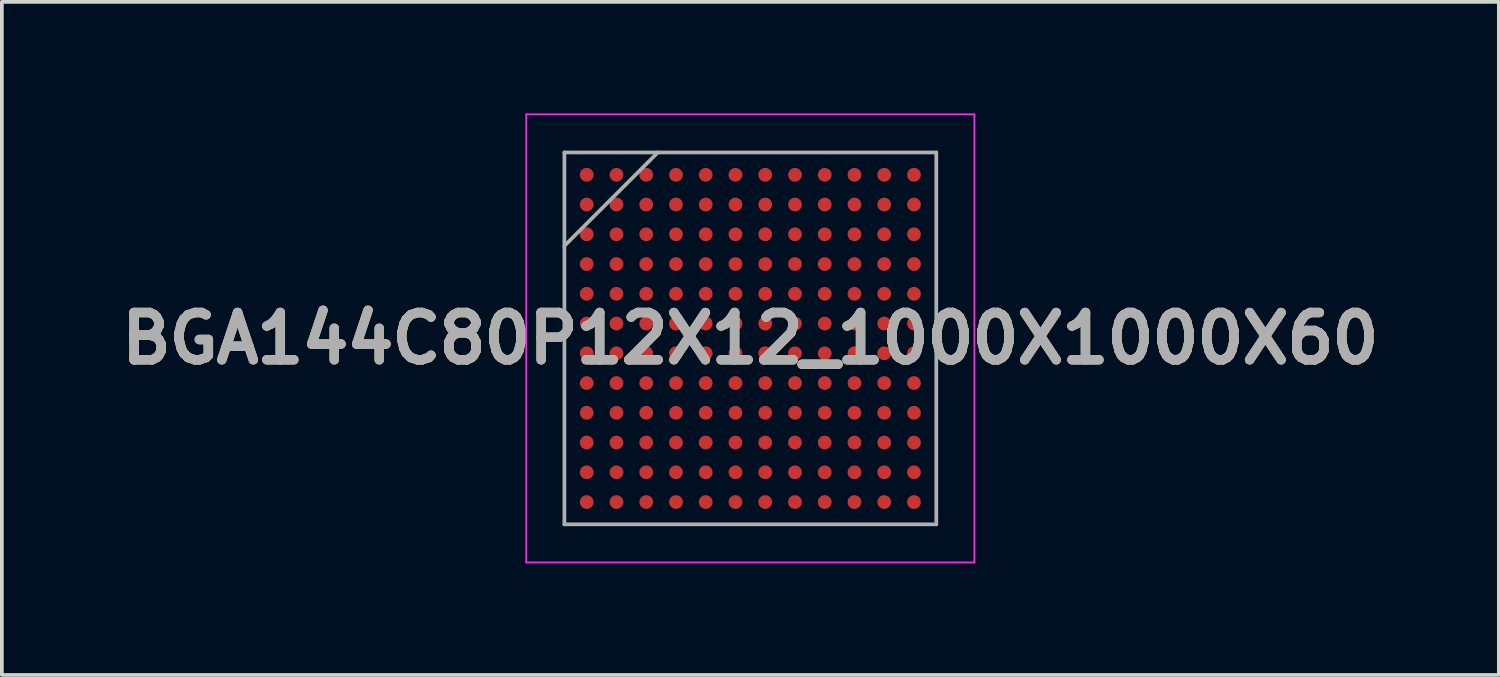
<source format=kicad_pcb>
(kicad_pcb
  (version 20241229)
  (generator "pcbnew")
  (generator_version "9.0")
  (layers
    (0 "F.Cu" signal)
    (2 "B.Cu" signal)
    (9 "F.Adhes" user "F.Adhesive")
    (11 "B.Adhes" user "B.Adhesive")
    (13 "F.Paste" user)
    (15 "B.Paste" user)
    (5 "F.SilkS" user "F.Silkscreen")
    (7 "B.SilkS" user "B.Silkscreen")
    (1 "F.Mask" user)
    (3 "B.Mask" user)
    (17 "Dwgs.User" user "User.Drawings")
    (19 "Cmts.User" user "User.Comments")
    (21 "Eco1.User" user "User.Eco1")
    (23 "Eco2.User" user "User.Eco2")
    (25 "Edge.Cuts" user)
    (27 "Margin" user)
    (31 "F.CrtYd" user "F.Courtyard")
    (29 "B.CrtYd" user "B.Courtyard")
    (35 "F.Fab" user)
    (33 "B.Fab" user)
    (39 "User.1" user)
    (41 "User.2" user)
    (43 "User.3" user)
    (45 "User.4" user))
  (footprint "BGA144C80P12X12_1000X1000X60"
    (layer "F.Cu")
    (at 17.127 6.05)
    (property "Reference" "BGA144C80P12X12_1000X1000X60" (at 0 0 0) (layer "F.SilkS") (effects (font (size 1.27 1.27) (thickness 0.254))))
    (attr smd)
    (fp_line (start -6.025 -6.025) (end 6.025 -6.025) (stroke (width 0.05) (type solid)) (layer "F.CrtYd"))
    (fp_line (start -6.025 6.025) (end -6.025 -6.025) (stroke (width 0.05) (type solid)) (layer "F.CrtYd"))
    (fp_line (start 6.025 -6.025) (end 6.025 6.025) (stroke (width 0.05) (type solid)) (layer "F.CrtYd"))
    (fp_line (start 6.025 6.025) (end -6.025 6.025) (stroke (width 0.05) (type solid)) (layer "F.CrtYd"))
    (fp_line (start -5 -5) (end 5 -5) (stroke (width 0.1) (type solid)) (layer "F.Fab"))
    (fp_line (start -5 -2.488) (end -2.488 -5) (stroke (width 0.1) (type solid)) (layer "F.Fab"))
    (fp_line (start -5 5) (end -5 -5) (stroke (width 0.1) (type solid)) (layer "F.Fab"))
    (fp_line (start 5 -5) (end 5 5) (stroke (width 0.1) (type solid)) (layer "F.Fab"))
    (fp_line (start 5 5) (end -5 5) (stroke (width 0.1) (type solid)) (layer "F.Fab"))
    (fp_text user "${REFERENCE}" (at 0 0 0) (layer "F.Fab") (effects (font (size 1.27 1.27) (thickness 0.254))))
    (pad "A1" smd circle (at -4.4 -4.4 90) (size 0.37 0.37) (layers "F.Cu" "F.Mask" "F.Paste"))
    (pad "A2" smd circle (at -3.6 -4.4 90) (size 0.37 0.37) (layers "F.Cu" "F.Mask" "F.Paste"))
    (pad "A3" smd circle (at -2.8 -4.4 90) (size 0.37 0.37) (layers "F.Cu" "F.Mask" "F.Paste"))
    (pad "A4" smd circle (at -2 -4.4 90) (size 0.37 0.37) (layers "F.Cu" "F.Mask" "F.Paste"))
    (pad "A5" smd circle (at -1.2 -4.4 90) (size 0.37 0.37) (layers "F.Cu" "F.Mask" "F.Paste"))
    (pad "A6" smd circle (at -0.4 -4.4 90) (size 0.37 0.37) (layers "F.Cu" "F.Mask" "F.Paste"))
    (pad "A7" smd circle (at 0.4 -4.4 90) (size 0.37 0.37) (layers "F.Cu" "F.Mask" "F.Paste"))
    (pad "A8" smd circle (at 1.2 -4.4 90) (size 0.37 0.37) (layers "F.Cu" "F.Mask" "F.Paste"))
    (pad "A9" smd circle (at 2 -4.4 90) (size 0.37 0.37) (layers "F.Cu" "F.Mask" "F.Paste"))
    (pad "A10" smd circle (at 2.8 -4.4 90) (size 0.37 0.37) (layers "F.Cu" "F.Mask" "F.Paste"))
    (pad "A11" smd circle (at 3.6 -4.4 90) (size 0.37 0.37) (layers "F.Cu" "F.Mask" "F.Paste"))
    (pad "A12" smd circle (at 4.4 -4.4 90) (size 0.37 0.37) (layers "F.Cu" "F.Mask" "F.Paste"))
    (pad "B1" smd circle (at -4.4 -3.6 90) (size 0.37 0.37) (layers "F.Cu" "F.Mask" "F.Paste"))
    (pad "B2" smd circle (at -3.6 -3.6 90) (size 0.37 0.37) (layers "F.Cu" "F.Mask" "F.Paste"))
    (pad "B3" smd circle (at -2.8 -3.6 90) (size 0.37 0.37) (layers "F.Cu" "F.Mask" "F.Paste"))
    (pad "B4" smd circle (at -2 -3.6 90) (size 0.37 0.37) (layers "F.Cu" "F.Mask" "F.Paste"))
    (pad "B5" smd circle (at -1.2 -3.6 90) (size 0.37 0.37) (layers "F.Cu" "F.Mask" "F.Paste"))
    (pad "B6" smd circle (at -0.4 -3.6 90) (size 0.37 0.37) (layers "F.Cu" "F.Mask" "F.Paste"))
    (pad "B7" smd circle (at 0.4 -3.6 90) (size 0.37 0.37) (layers "F.Cu" "F.Mask" "F.Paste"))
    (pad "B8" smd circle (at 1.2 -3.6 90) (size 0.37 0.37) (layers "F.Cu" "F.Mask" "F.Paste"))
    (pad "B9" smd circle (at 2 -3.6 90) (size 0.37 0.37) (layers "F.Cu" "F.Mask" "F.Paste"))
    (pad "B10" smd circle (at 2.8 -3.6 90) (size 0.37 0.37) (layers "F.Cu" "F.Mask" "F.Paste"))
    (pad "B11" smd circle (at 3.6 -3.6 90) (size 0.37 0.37) (layers "F.Cu" "F.Mask" "F.Paste"))
    (pad "B12" smd circle (at 4.4 -3.6 90) (size 0.37 0.37) (layers "F.Cu" "F.Mask" "F.Paste"))
    (pad "C1" smd circle (at -4.4 -2.8 90) (size 0.37 0.37) (layers "F.Cu" "F.Mask" "F.Paste"))
    (pad "C2" smd circle (at -3.6 -2.8 90) (size 0.37 0.37) (layers "F.Cu" "F.Mask" "F.Paste"))
    (pad "C3" smd circle (at -2.8 -2.8 90) (size 0.37 0.37) (layers "F.Cu" "F.Mask" "F.Paste"))
    (pad "C4" smd circle (at -2 -2.8 90) (size 0.37 0.37) (layers "F.Cu" "F.Mask" "F.Paste"))
    (pad "C5" smd circle (at -1.2 -2.8 90) (size 0.37 0.37) (layers "F.Cu" "F.Mask" "F.Paste"))
    (pad "C6" smd circle (at -0.4 -2.8 90) (size 0.37 0.37) (layers "F.Cu" "F.Mask" "F.Paste"))
    (pad "C7" smd circle (at 0.4 -2.8 90) (size 0.37 0.37) (layers "F.Cu" "F.Mask" "F.Paste"))
    (pad "C8" smd circle (at 1.2 -2.8 90) (size 0.37 0.37) (layers "F.Cu" "F.Mask" "F.Paste"))
    (pad "C9" smd circle (at 2 -2.8 90) (size 0.37 0.37) (layers "F.Cu" "F.Mask" "F.Paste"))
    (pad "C10" smd circle (at 2.8 -2.8 90) (size 0.37 0.37) (layers "F.Cu" "F.Mask" "F.Paste"))
    (pad "C11" smd circle (at 3.6 -2.8 90) (size 0.37 0.37) (layers "F.Cu" "F.Mask" "F.Paste"))
    (pad "C12" smd circle (at 4.4 -2.8 90) (size 0.37 0.37) (layers "F.Cu" "F.Mask" "F.Paste"))
    (pad "D1" smd circle (at -4.4 -2 90) (size 0.37 0.37) (layers "F.Cu" "F.Mask" "F.Paste"))
    (pad "D2" smd circle (at -3.6 -2 90) (size 0.37 0.37) (layers "F.Cu" "F.Mask" "F.Paste"))
    (pad "D3" smd circle (at -2.8 -2 90) (size 0.37 0.37) (layers "F.Cu" "F.Mask" "F.Paste"))
    (pad "D4" smd circle (at -2 -2 90) (size 0.37 0.37) (layers "F.Cu" "F.Mask" "F.Paste"))
    (pad "D5" smd circle (at -1.2 -2 90) (size 0.37 0.37) (layers "F.Cu" "F.Mask" "F.Paste"))
    (pad "D6" smd circle (at -0.4 -2 90) (size 0.37 0.37) (layers "F.Cu" "F.Mask" "F.Paste"))
    (pad "D7" smd circle (at 0.4 -2 90) (size 0.37 0.37) (layers "F.Cu" "F.Mask" "F.Paste"))
    (pad "D8" smd circle (at 1.2 -2 90) (size 0.37 0.37) (layers "F.Cu" "F.Mask" "F.Paste"))
    (pad "D9" smd circle (at 2 -2 90) (size 0.37 0.37) (layers "F.Cu" "F.Mask" "F.Paste"))
    (pad "D10" smd circle (at 2.8 -2 90) (size 0.37 0.37) (layers "F.Cu" "F.Mask" "F.Paste"))
    (pad "D11" smd circle (at 3.6 -2 90) (size 0.37 0.37) (layers "F.Cu" "F.Mask" "F.Paste"))
    (pad "D12" smd circle (at 4.4 -2 90) (size 0.37 0.37) (layers "F.Cu" "F.Mask" "F.Paste"))
    (pad "E1" smd circle (at -4.4 -1.2 90) (size 0.37 0.37) (layers "F.Cu" "F.Mask" "F.Paste"))
    (pad "E2" smd circle (at -3.6 -1.2 90) (size 0.37 0.37) (layers "F.Cu" "F.Mask" "F.Paste"))
    (pad "E3" smd circle (at -2.8 -1.2 90) (size 0.37 0.37) (layers "F.Cu" "F.Mask" "F.Paste"))
    (pad "E4" smd circle (at -2 -1.2 90) (size 0.37 0.37) (layers "F.Cu" "F.Mask" "F.Paste"))
    (pad "E5" smd circle (at -1.2 -1.2 90) (size 0.37 0.37) (layers "F.Cu" "F.Mask" "F.Paste"))
    (pad "E6" smd circle (at -0.4 -1.2 90) (size 0.37 0.37) (layers "F.Cu" "F.Mask" "F.Paste"))
    (pad "E7" smd circle (at 0.4 -1.2 90) (size 0.37 0.37) (layers "F.Cu" "F.Mask" "F.Paste"))
    (pad "E8" smd circle (at 1.2 -1.2 90) (size 0.37 0.37) (layers "F.Cu" "F.Mask" "F.Paste"))
    (pad "E9" smd circle (at 2 -1.2 90) (size 0.37 0.37) (layers "F.Cu" "F.Mask" "F.Paste"))
    (pad "E10" smd circle (at 2.8 -1.2 90) (size 0.37 0.37) (layers "F.Cu" "F.Mask" "F.Paste"))
    (pad "E11" smd circle (at 3.6 -1.2 90) (size 0.37 0.37) (layers "F.Cu" "F.Mask" "F.Paste"))
    (pad "E12" smd circle (at 4.4 -1.2 90) (size 0.37 0.37) (layers "F.Cu" "F.Mask" "F.Paste"))
    (pad "F1" smd circle (at -4.4 -0.4 90) (size 0.37 0.37) (layers "F.Cu" "F.Mask" "F.Paste"))
    (pad "F2" smd circle (at -3.6 -0.4 90) (size 0.37 0.37) (layers "F.Cu" "F.Mask" "F.Paste"))
    (pad "F3" smd circle (at -2.8 -0.4 90) (size 0.37 0.37) (layers "F.Cu" "F.Mask" "F.Paste"))
    (pad "F4" smd circle (at -2 -0.4 90) (size 0.37 0.37) (layers "F.Cu" "F.Mask" "F.Paste"))
    (pad "F5" smd circle (at -1.2 -0.4 90) (size 0.37 0.37) (layers "F.Cu" "F.Mask" "F.Paste"))
    (pad "F6" smd circle (at -0.4 -0.4 90) (size 0.37 0.37) (layers "F.Cu" "F.Mask" "F.Paste"))
    (pad "F7" smd circle (at 0.4 -0.4 90) (size 0.37 0.37) (layers "F.Cu" "F.Mask" "F.Paste"))
    (pad "F8" smd circle (at 1.2 -0.4 90) (size 0.37 0.37) (layers "F.Cu" "F.Mask" "F.Paste"))
    (pad "F9" smd circle (at 2 -0.4 90) (size 0.37 0.37) (layers "F.Cu" "F.Mask" "F.Paste"))
    (pad "F10" smd circle (at 2.8 -0.4 90) (size 0.37 0.37) (layers "F.Cu" "F.Mask" "F.Paste"))
    (pad "F11" smd circle (at 3.6 -0.4 90) (size 0.37 0.37) (layers "F.Cu" "F.Mask" "F.Paste"))
    (pad "F12" smd circle (at 4.4 -0.4 90) (size 0.37 0.37) (layers "F.Cu" "F.Mask" "F.Paste"))
    (pad "G1" smd circle (at -4.4 0.4 90) (size 0.37 0.37) (layers "F.Cu" "F.Mask" "F.Paste"))
    (pad "G2" smd circle (at -3.6 0.4 90) (size 0.37 0.37) (layers "F.Cu" "F.Mask" "F.Paste"))
    (pad "G3" smd circle (at -2.8 0.4 90) (size 0.37 0.37) (layers "F.Cu" "F.Mask" "F.Paste"))
    (pad "G4" smd circle (at -2 0.4 90) (size 0.37 0.37) (layers "F.Cu" "F.Mask" "F.Paste"))
    (pad "G5" smd circle (at -1.2 0.4 90) (size 0.37 0.37) (layers "F.Cu" "F.Mask" "F.Paste"))
    (pad "G6" smd circle (at -0.4 0.4 90) (size 0.37 0.37) (layers "F.Cu" "F.Mask" "F.Paste"))
    (pad "G7" smd circle (at 0.4 0.4 90) (size 0.37 0.37) (layers "F.Cu" "F.Mask" "F.Paste"))
    (pad "G8" smd circle (at 1.2 0.4 90) (size 0.37 0.37) (layers "F.Cu" "F.Mask" "F.Paste"))
    (pad "G9" smd circle (at 2 0.4 90) (size 0.37 0.37) (layers "F.Cu" "F.Mask" "F.Paste"))
    (pad "G10" smd circle (at 2.8 0.4 90) (size 0.37 0.37) (layers "F.Cu" "F.Mask" "F.Paste"))
    (pad "G11" smd circle (at 3.6 0.4 90) (size 0.37 0.37) (layers "F.Cu" "F.Mask" "F.Paste"))
    (pad "G12" smd circle (at 4.4 0.4 90) (size 0.37 0.37) (layers "F.Cu" "F.Mask" "F.Paste"))
    (pad "H1" smd circle (at -4.4 1.2 90) (size 0.37 0.37) (layers "F.Cu" "F.Mask" "F.Paste"))
    (pad "H2" smd circle (at -3.6 1.2 90) (size 0.37 0.37) (layers "F.Cu" "F.Mask" "F.Paste"))
    (pad "H3" smd circle (at -2.8 1.2 90) (size 0.37 0.37) (layers "F.Cu" "F.Mask" "F.Paste"))
    (pad "H4" smd circle (at -2 1.2 90) (size 0.37 0.37) (layers "F.Cu" "F.Mask" "F.Paste"))
    (pad "H5" smd circle (at -1.2 1.2 90) (size 0.37 0.37) (layers "F.Cu" "F.Mask" "F.Paste"))
    (pad "H6" smd circle (at -0.4 1.2 90) (size 0.37 0.37) (layers "F.Cu" "F.Mask" "F.Paste"))
    (pad "H7" smd circle (at 0.4 1.2 90) (size 0.37 0.37) (layers "F.Cu" "F.Mask" "F.Paste"))
    (pad "H8" smd circle (at 1.2 1.2 90) (size 0.37 0.37) (layers "F.Cu" "F.Mask" "F.Paste"))
    (pad "H9" smd circle (at 2 1.2 90) (size 0.37 0.37) (layers "F.Cu" "F.Mask" "F.Paste"))
    (pad "H10" smd circle (at 2.8 1.2 90) (size 0.37 0.37) (layers "F.Cu" "F.Mask" "F.Paste"))
    (pad "H11" smd circle (at 3.6 1.2 90) (size 0.37 0.37) (layers "F.Cu" "F.Mask" "F.Paste"))
    (pad "H12" smd circle (at 4.4 1.2 90) (size 0.37 0.37) (layers "F.Cu" "F.Mask" "F.Paste"))
    (pad "J1" smd circle (at -4.4 2 90) (size 0.37 0.37) (layers "F.Cu" "F.Mask" "F.Paste"))
    (pad "J2" smd circle (at -3.6 2 90) (size 0.37 0.37) (layers "F.Cu" "F.Mask" "F.Paste"))
    (pad "J3" smd circle (at -2.8 2 90) (size 0.37 0.37) (layers "F.Cu" "F.Mask" "F.Paste"))
    (pad "J4" smd circle (at -2 2 90) (size 0.37 0.37) (layers "F.Cu" "F.Mask" "F.Paste"))
    (pad "J5" smd circle (at -1.2 2 90) (size 0.37 0.37) (layers "F.Cu" "F.Mask" "F.Paste"))
    (pad "J6" smd circle (at -0.4 2 90) (size 0.37 0.37) (layers "F.Cu" "F.Mask" "F.Paste"))
    (pad "J7" smd circle (at 0.4 2 90) (size 0.37 0.37) (layers "F.Cu" "F.Mask" "F.Paste"))
    (pad "J8" smd circle (at 1.2 2 90) (size 0.37 0.37) (layers "F.Cu" "F.Mask" "F.Paste"))
    (pad "J9" smd circle (at 2 2 90) (size 0.37 0.37) (layers "F.Cu" "F.Mask" "F.Paste"))
    (pad "J10" smd circle (at 2.8 2 90) (size 0.37 0.37) (layers "F.Cu" "F.Mask" "F.Paste"))
    (pad "J11" smd circle (at 3.6 2 90) (size 0.37 0.37) (layers "F.Cu" "F.Mask" "F.Paste"))
    (pad "J12" smd circle (at 4.4 2 90) (size 0.37 0.37) (layers "F.Cu" "F.Mask" "F.Paste"))
    (pad "K1" smd circle (at -4.4 2.8 90) (size 0.37 0.37) (layers "F.Cu" "F.Mask" "F.Paste"))
    (pad "K2" smd circle (at -3.6 2.8 90) (size 0.37 0.37) (layers "F.Cu" "F.Mask" "F.Paste"))
    (pad "K3" smd circle (at -2.8 2.8 90) (size 0.37 0.37) (layers "F.Cu" "F.Mask" "F.Paste"))
    (pad "K4" smd circle (at -2 2.8 90) (size 0.37 0.37) (layers "F.Cu" "F.Mask" "F.Paste"))
    (pad "K5" smd circle (at -1.2 2.8 90) (size 0.37 0.37) (layers "F.Cu" "F.Mask" "F.Paste"))
    (pad "K6" smd circle (at -0.4 2.8 90) (size 0.37 0.37) (layers "F.Cu" "F.Mask" "F.Paste"))
    (pad "K7" smd circle (at 0.4 2.8 90) (size 0.37 0.37) (layers "F.Cu" "F.Mask" "F.Paste"))
    (pad "K8" smd circle (at 1.2 2.8 90) (size 0.37 0.37) (layers "F.Cu" "F.Mask" "F.Paste"))
    (pad "K9" smd circle (at 2 2.8 90) (size 0.37 0.37) (layers "F.Cu" "F.Mask" "F.Paste"))
    (pad "K10" smd circle (at 2.8 2.8 90) (size 0.37 0.37) (layers "F.Cu" "F.Mask" "F.Paste"))
    (pad "K11" smd circle (at 3.6 2.8 90) (size 0.37 0.37) (layers "F.Cu" "F.Mask" "F.Paste"))
    (pad "K12" smd circle (at 4.4 2.8 90) (size 0.37 0.37) (layers "F.Cu" "F.Mask" "F.Paste"))
    (pad "L1" smd circle (at -4.4 3.6 90) (size 0.37 0.37) (layers "F.Cu" "F.Mask" "F.Paste"))
    (pad "L2" smd circle (at -3.6 3.6 90) (size 0.37 0.37) (layers "F.Cu" "F.Mask" "F.Paste"))
    (pad "L3" smd circle (at -2.8 3.6 90) (size 0.37 0.37) (layers "F.Cu" "F.Mask" "F.Paste"))
    (pad "L4" smd circle (at -2 3.6 90) (size 0.37 0.37) (layers "F.Cu" "F.Mask" "F.Paste"))
    (pad "L5" smd circle (at -1.2 3.6 90) (size 0.37 0.37) (layers "F.Cu" "F.Mask" "F.Paste"))
    (pad "L6" smd circle (at -0.4 3.6 90) (size 0.37 0.37) (layers "F.Cu" "F.Mask" "F.Paste"))
    (pad "L7" smd circle (at 0.4 3.6 90) (size 0.37 0.37) (layers "F.Cu" "F.Mask" "F.Paste"))
    (pad "L8" smd circle (at 1.2 3.6 90) (size 0.37 0.37) (layers "F.Cu" "F.Mask" "F.Paste"))
    (pad "L9" smd circle (at 2 3.6 90) (size 0.37 0.37) (layers "F.Cu" "F.Mask" "F.Paste"))
    (pad "L10" smd circle (at 2.8 3.6 90) (size 0.37 0.37) (layers "F.Cu" "F.Mask" "F.Paste"))
    (pad "L11" smd circle (at 3.6 3.6 90) (size 0.37 0.37) (layers "F.Cu" "F.Mask" "F.Paste"))
    (pad "L12" smd circle (at 4.4 3.6 90) (size 0.37 0.37) (layers "F.Cu" "F.Mask" "F.Paste"))
    (pad "M1" smd circle (at -4.4 4.4 90) (size 0.37 0.37) (layers "F.Cu" "F.Mask" "F.Paste"))
    (pad "M2" smd circle (at -3.6 4.4 90) (size 0.37 0.37) (layers "F.Cu" "F.Mask" "F.Paste"))
    (pad "M3" smd circle (at -2.8 4.4 90) (size 0.37 0.37) (layers "F.Cu" "F.Mask" "F.Paste"))
    (pad "M4" smd circle (at -2 4.4 90) (size 0.37 0.37) (layers "F.Cu" "F.Mask" "F.Paste"))
    (pad "M5" smd circle (at -1.2 4.4 90) (size 0.37 0.37) (layers "F.Cu" "F.Mask" "F.Paste"))
    (pad "M6" smd circle (at -0.4 4.4 90) (size 0.37 0.37) (layers "F.Cu" "F.Mask" "F.Paste"))
    (pad "M7" smd circle (at 0.4 4.4 90) (size 0.37 0.37) (layers "F.Cu" "F.Mask" "F.Paste"))
    (pad "M8" smd circle (at 1.2 4.4 90) (size 0.37 0.37) (layers "F.Cu" "F.Mask" "F.Paste"))
    (pad "M9" smd circle (at 2 4.4 90) (size 0.37 0.37) (layers "F.Cu" "F.Mask" "F.Paste"))
    (pad "M10" smd circle (at 2.8 4.4 90) (size 0.37 0.37) (layers "F.Cu" "F.Mask" "F.Paste"))
    (pad "M11" smd circle (at 3.6 4.4 90) (size 0.37 0.37) (layers "F.Cu" "F.Mask" "F.Paste"))
    (pad "M12" smd circle (at 4.4 4.4 90) (size 0.37 0.37) (layers "F.Cu" "F.Mask" "F.Paste")))
  (gr_rect
    (start -3 -3)
    (end 37.254 15.1)
    (stroke (width 0.1) (type default))
    (fill no)
    (layer "Edge.Cuts")))
</source>
